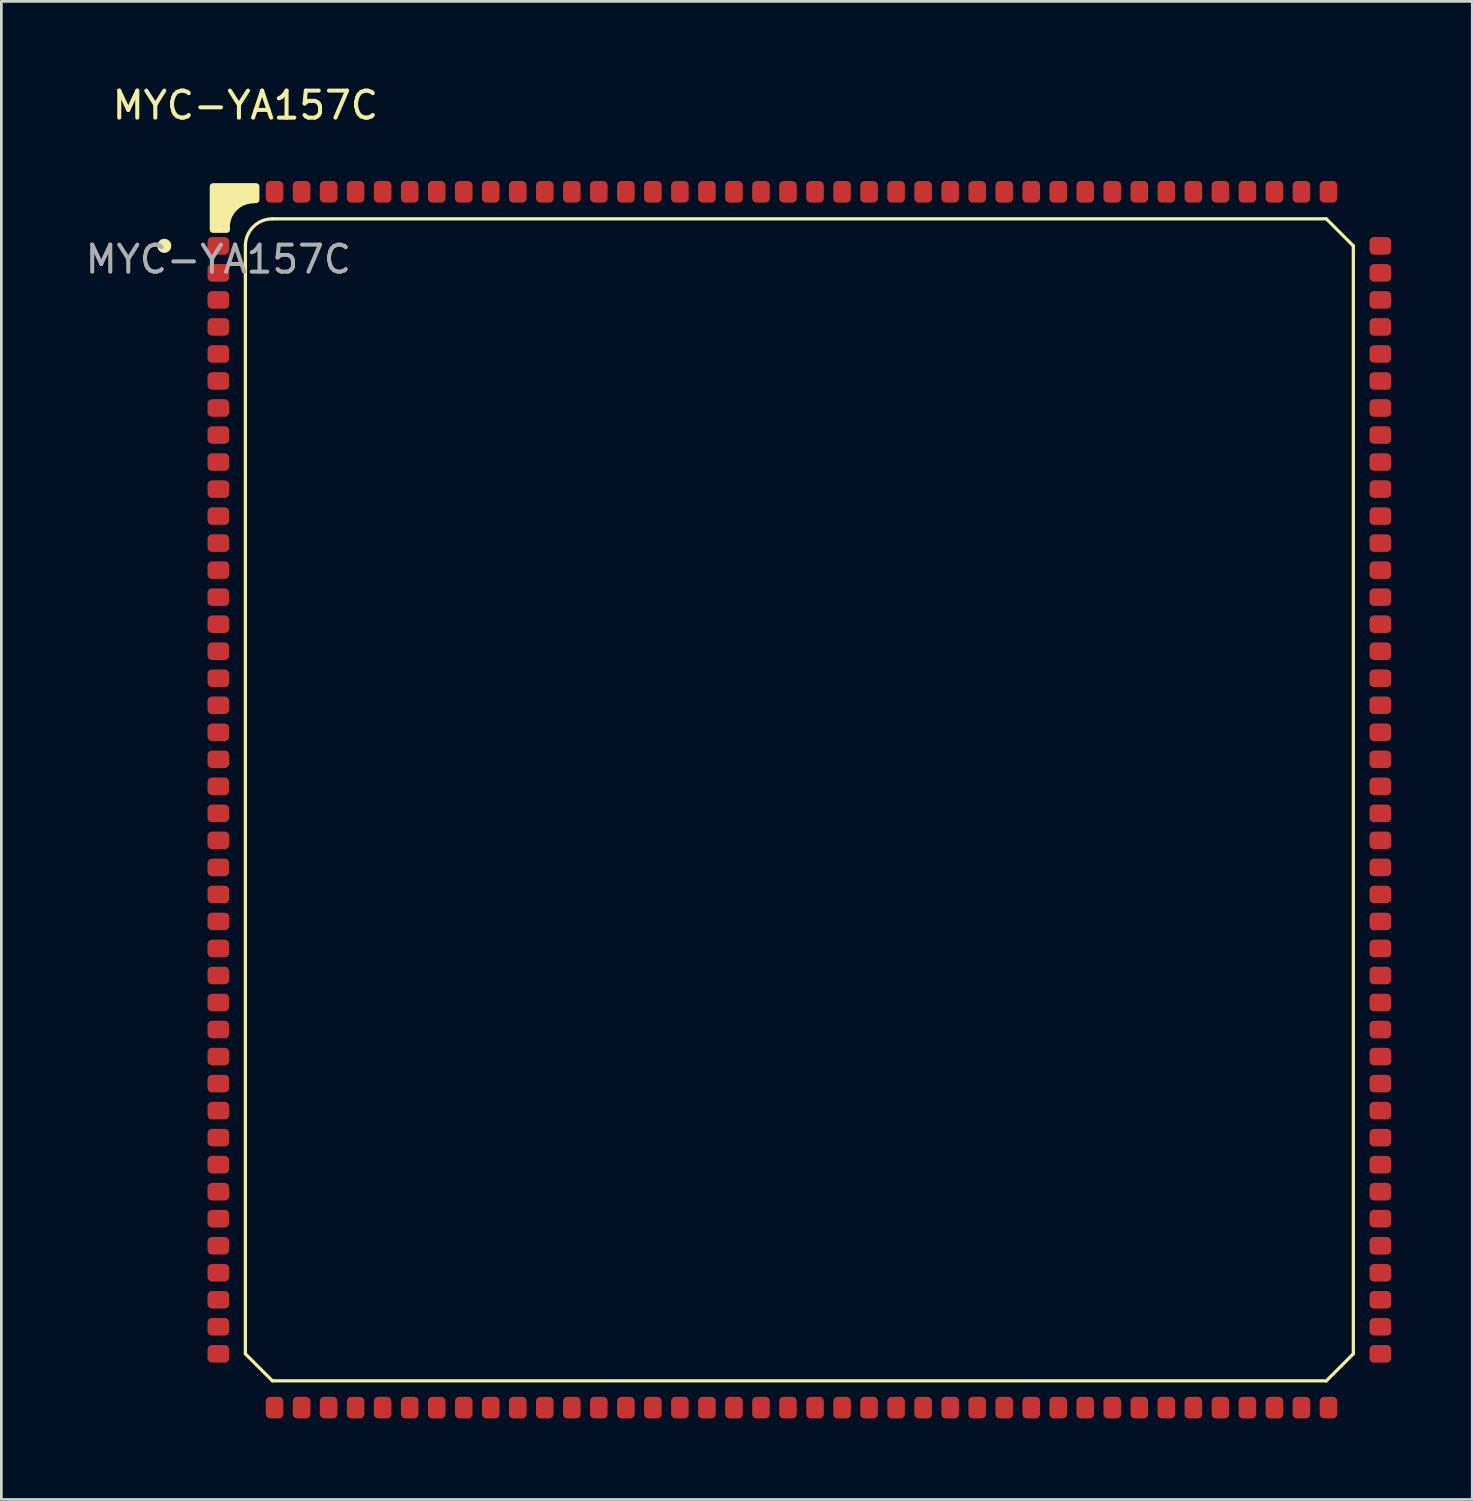
<source format=kicad_pcb>
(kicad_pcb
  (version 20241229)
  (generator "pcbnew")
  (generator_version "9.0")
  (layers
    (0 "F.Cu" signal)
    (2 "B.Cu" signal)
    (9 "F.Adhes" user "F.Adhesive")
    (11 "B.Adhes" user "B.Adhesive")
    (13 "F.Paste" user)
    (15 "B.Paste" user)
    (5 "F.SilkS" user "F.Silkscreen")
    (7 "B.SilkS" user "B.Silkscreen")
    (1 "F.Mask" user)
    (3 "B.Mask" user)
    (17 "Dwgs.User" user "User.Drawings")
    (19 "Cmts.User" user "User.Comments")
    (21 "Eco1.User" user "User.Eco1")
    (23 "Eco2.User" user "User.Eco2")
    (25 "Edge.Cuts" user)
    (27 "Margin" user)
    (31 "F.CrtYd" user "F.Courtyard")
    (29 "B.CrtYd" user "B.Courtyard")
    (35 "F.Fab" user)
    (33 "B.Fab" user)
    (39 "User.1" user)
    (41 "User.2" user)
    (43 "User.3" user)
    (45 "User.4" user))
  (footprint "MYC-YA157C"
    (layer "F.Cu")
    (at 5.03 4.048)
    (property "Reference" "MYC-YA157C" (at 1 -3.2 0) (unlocked yes) (layer "F.SilkS") (effects (font (size 1 1) (thickness 0.15))))
    (attr smd)
    (fp_line (start -0.1 0) (end 1.3 0) (stroke (width 0.4) (type solid)) (layer "F.SilkS"))
    (fp_line (start -0.1 0.3) (end 0.8 0.3) (stroke (width 0.4) (type solid)) (layer "F.SilkS"))
    (fp_line (start -0.1 0.5) (end 0.4 0.5) (stroke (width 0.4) (type solid)) (layer "F.SilkS"))
    (fp_line (start -0.1 0.8) (end 0.3 0.8) (stroke (width 0.4) (type solid)) (layer "F.SilkS"))
    (fp_line (start -0.1 1.1) (end 0.1 1.1) (stroke (width 0.4) (type solid)) (layer "F.SilkS"))
    (fp_line (start 1 0.2) (end 1.1 0.2) (stroke (width 0.4) (type solid)) (layer "F.SilkS"))
    (fp_line (start 1 2) (end 1 43) (stroke (width 0.12) (type default)) (layer "F.SilkS"))
    (fp_line (start 1 43) (end 2 44) (stroke (width 0.12) (type default)) (layer "F.SilkS"))
    (fp_line (start 2 44) (end 41 44) (stroke (width 0.12) (type default)) (layer "F.SilkS"))
    (fp_line (start 41 1) (end 2 1) (stroke (width 0.12) (type default)) (layer "F.SilkS"))
    (fp_line (start 41 44) (end 42 43) (stroke (width 0.12) (type default)) (layer "F.SilkS"))
    (fp_line (start 42 2) (end 41 1) (stroke (width 0.12) (type default)) (layer "F.SilkS"))
    (fp_line (start 42 43) (end 42 2) (stroke (width 0.12) (type default)) (layer "F.SilkS"))
    (fp_arc (start 1 2) (mid 1.292893 1.292893) (end 2 1) (stroke (width 0.12) (type default)) (layer "F.SilkS"))
    (fp_circle (center -2 2) (end -1.8 2) (stroke (width 0.12) (type solid)) (fill yes) (layer "F.SilkS"))
    (fp_poly (pts (xy 1.442 -0.242) (xy 1.46 -0.2) (xy 1.46 0.3) (xy 1.442 0.342) (xy 1.4 0.36) (xy 1.329 0.36) (xy 1.307 0.367) (xy 1.225 0.367) (xy 1.063 0.396) (xy 0.908 0.452) (xy 0.766 0.534) (xy 0.64 0.64) (xy 0.534 0.766) (xy 0.452 0.908) (xy 0.396 1.063) (xy 0.367 1.225) (xy 0.367 1.3) (xy 0.37 1.307) (xy 0.37 1.4) (xy 0.352 1.442) (xy 0.31 1.46) (xy -0.2 1.46) (xy -0.242 1.442) (xy -0.26 1.4) (xy -0.26 -0.14) (xy -0.14 -0.14) (xy -0.14 1.34) (xy 0.25 1.34) (xy 0.25 1.316) (xy 0.247 1.307) (xy 0.263 1.123) (xy 0.311 0.945) (xy 0.389 0.777) (xy 0.495 0.626) (xy 0.626 0.495) (xy 0.777 0.389) (xy 0.945 0.311) (xy 1.123 0.263) (xy 1.285 0.249) (xy 1.307 0.24) (xy 1.34 0.24) (xy 1.34 -0.14) (xy -0.14 -0.14) (xy -0.26 -0.14) (xy -0.26 -0.2) (xy -0.242 -0.242) (xy -0.2 -0.26) (xy 1.4 -0.26)) (stroke (width 0.12) (type solid)) (fill yes) (layer "F.SilkS"))
    (fp_text user "${REFERENCE}" (at 0 2.5 0) (unlocked yes) (layer "F.Fab") (effects (font (size 1 1) (thickness 0.15))))
    (pad "1" smd roundrect (at 0 2) (size 0.8 0.65) (layers "F.Cu" "F.Mask" "F.Paste") (roundrect_rratio 0.25))
    (pad "2" smd roundrect (at 0 3) (size 0.8 0.65) (layers "F.Cu" "F.Mask" "F.Paste") (roundrect_rratio 0.25))
    (pad "3" smd roundrect (at 0 4) (size 0.8 0.65) (layers "F.Cu" "F.Mask" "F.Paste") (roundrect_rratio 0.25))
    (pad "4" smd roundrect (at 0 5) (size 0.8 0.65) (layers "F.Cu" "F.Mask" "F.Paste") (roundrect_rratio 0.25))
    (pad "5" smd roundrect (at 0 6) (size 0.8 0.65) (layers "F.Cu" "F.Mask" "F.Paste") (roundrect_rratio 0.25))
    (pad "6" smd roundrect (at 0 7) (size 0.8 0.65) (layers "F.Cu" "F.Mask" "F.Paste") (roundrect_rratio 0.25))
    (pad "7" smd roundrect (at 0 8) (size 0.8 0.65) (layers "F.Cu" "F.Mask" "F.Paste") (roundrect_rratio 0.25))
    (pad "8" smd roundrect (at 0 9) (size 0.8 0.65) (layers "F.Cu" "F.Mask" "F.Paste") (roundrect_rratio 0.25))
    (pad "9" smd roundrect (at 0 10) (size 0.8 0.65) (layers "F.Cu" "F.Mask" "F.Paste") (roundrect_rratio 0.25))
    (pad "10" smd roundrect (at 0 11) (size 0.8 0.65) (layers "F.Cu" "F.Mask" "F.Paste") (roundrect_rratio 0.25))
    (pad "11" smd roundrect (at 0 12) (size 0.8 0.65) (layers "F.Cu" "F.Mask" "F.Paste") (roundrect_rratio 0.25))
    (pad "12" smd roundrect (at 0 13) (size 0.8 0.65) (layers "F.Cu" "F.Mask" "F.Paste") (roundrect_rratio 0.25))
    (pad "13" smd roundrect (at 0 14) (size 0.8 0.65) (layers "F.Cu" "F.Mask" "F.Paste") (roundrect_rratio 0.25))
    (pad "14" smd roundrect (at 0 15) (size 0.8 0.65) (layers "F.Cu" "F.Mask" "F.Paste") (roundrect_rratio 0.25))
    (pad "15" smd roundrect (at 0 16) (size 0.8 0.65) (layers "F.Cu" "F.Mask" "F.Paste") (roundrect_rratio 0.25))
    (pad "16" smd roundrect (at 0 17) (size 0.8 0.65) (layers "F.Cu" "F.Mask" "F.Paste") (roundrect_rratio 0.25))
    (pad "17" smd roundrect (at 0 18) (size 0.8 0.65) (layers "F.Cu" "F.Mask" "F.Paste") (roundrect_rratio 0.25))
    (pad "18" smd roundrect (at 0 19) (size 0.8 0.65) (layers "F.Cu" "F.Mask" "F.Paste") (roundrect_rratio 0.25))
    (pad "19" smd roundrect (at 0 20) (size 0.8 0.65) (layers "F.Cu" "F.Mask" "F.Paste") (roundrect_rratio 0.25))
    (pad "20" smd roundrect (at 0 21) (size 0.8 0.65) (layers "F.Cu" "F.Mask" "F.Paste") (roundrect_rratio 0.25))
    (pad "21" smd roundrect (at 0 22) (size 0.8 0.65) (layers "F.Cu" "F.Mask" "F.Paste") (roundrect_rratio 0.25))
    (pad "22" smd roundrect (at 0 23) (size 0.8 0.65) (layers "F.Cu" "F.Mask" "F.Paste") (roundrect_rratio 0.25))
    (pad "23" smd roundrect (at 0 24) (size 0.8 0.65) (layers "F.Cu" "F.Mask" "F.Paste") (roundrect_rratio 0.25))
    (pad "24" smd roundrect (at 0 25) (size 0.8 0.65) (layers "F.Cu" "F.Mask" "F.Paste") (roundrect_rratio 0.25))
    (pad "25" smd roundrect (at 0 26) (size 0.8 0.65) (layers "F.Cu" "F.Mask" "F.Paste") (roundrect_rratio 0.25))
    (pad "26" smd roundrect (at 0 27) (size 0.8 0.65) (layers "F.Cu" "F.Mask" "F.Paste") (roundrect_rratio 0.25))
    (pad "27" smd roundrect (at 0 28) (size 0.8 0.65) (layers "F.Cu" "F.Mask" "F.Paste") (roundrect_rratio 0.25))
    (pad "28" smd roundrect (at 0 29) (size 0.8 0.65) (layers "F.Cu" "F.Mask" "F.Paste") (roundrect_rratio 0.25))
    (pad "29" smd roundrect (at 0 30) (size 0.8 0.65) (layers "F.Cu" "F.Mask" "F.Paste") (roundrect_rratio 0.25))
    (pad "30" smd roundrect (at 0 31) (size 0.8 0.65) (layers "F.Cu" "F.Mask" "F.Paste") (roundrect_rratio 0.25))
    (pad "31" smd roundrect (at 0 32) (size 0.8 0.65) (layers "F.Cu" "F.Mask" "F.Paste") (roundrect_rratio 0.25))
    (pad "32" smd roundrect (at 0 33) (size 0.8 0.65) (layers "F.Cu" "F.Mask" "F.Paste") (roundrect_rratio 0.25))
    (pad "33" smd roundrect (at 0 34) (size 0.8 0.65) (layers "F.Cu" "F.Mask" "F.Paste") (roundrect_rratio 0.25))
    (pad "34" smd roundrect (at 0 35) (size 0.8 0.65) (layers "F.Cu" "F.Mask" "F.Paste") (roundrect_rratio 0.25))
    (pad "35" smd roundrect (at 0 36) (size 0.8 0.65) (layers "F.Cu" "F.Mask" "F.Paste") (roundrect_rratio 0.25))
    (pad "36" smd roundrect (at 0 37) (size 0.8 0.65) (layers "F.Cu" "F.Mask" "F.Paste") (roundrect_rratio 0.25))
    (pad "37" smd roundrect (at 0 38) (size 0.8 0.65) (layers "F.Cu" "F.Mask" "F.Paste") (roundrect_rratio 0.25))
    (pad "38" smd roundrect (at 0 39) (size 0.8 0.65) (layers "F.Cu" "F.Mask" "F.Paste") (roundrect_rratio 0.25))
    (pad "39" smd roundrect (at 0 40) (size 0.8 0.65) (layers "F.Cu" "F.Mask" "F.Paste") (roundrect_rratio 0.25))
    (pad "40" smd roundrect (at 0 41) (size 0.8 0.65) (layers "F.Cu" "F.Mask" "F.Paste") (roundrect_rratio 0.25))
    (pad "41" smd roundrect (at 0 42) (size 0.8 0.65) (layers "F.Cu" "F.Mask" "F.Paste") (roundrect_rratio 0.25))
    (pad "42" smd roundrect (at 0 43) (size 0.8 0.65) (layers "F.Cu" "F.Mask" "F.Paste") (roundrect_rratio 0.25))
    (pad "43" smd roundrect (at 2.08 44.99 90) (size 0.8 0.65) (layers "F.Cu" "F.Mask" "F.Paste") (roundrect_rratio 0.25))
    (pad "44" smd roundrect (at 3.08 44.99 90) (size 0.8 0.65) (layers "F.Cu" "F.Mask" "F.Paste") (roundrect_rratio 0.25))
    (pad "45" smd roundrect (at 4.08 44.99 90) (size 0.8 0.65) (layers "F.Cu" "F.Mask" "F.Paste") (roundrect_rratio 0.25))
    (pad "46" smd roundrect (at 5.08 44.99 90) (size 0.8 0.65) (layers "F.Cu" "F.Mask" "F.Paste") (roundrect_rratio 0.25))
    (pad "47" smd roundrect (at 6.08 44.99 90) (size 0.8 0.65) (layers "F.Cu" "F.Mask" "F.Paste") (roundrect_rratio 0.25))
    (pad "48" smd roundrect (at 7.08 44.99 90) (size 0.8 0.65) (layers "F.Cu" "F.Mask" "F.Paste") (roundrect_rratio 0.25))
    (pad "49" smd roundrect (at 8.08 44.99 90) (size 0.8 0.65) (layers "F.Cu" "F.Mask" "F.Paste") (roundrect_rratio 0.25))
    (pad "50" smd roundrect (at 9.08 44.99 90) (size 0.8 0.65) (layers "F.Cu" "F.Mask" "F.Paste") (roundrect_rratio 0.25))
    (pad "51" smd roundrect (at 10.08 44.99 90) (size 0.8 0.65) (layers "F.Cu" "F.Mask" "F.Paste") (roundrect_rratio 0.25))
    (pad "52" smd roundrect (at 11.08 44.99 90) (size 0.8 0.65) (layers "F.Cu" "F.Mask" "F.Paste") (roundrect_rratio 0.25))
    (pad "53" smd roundrect (at 12.08 44.99 90) (size 0.8 0.65) (layers "F.Cu" "F.Mask" "F.Paste") (roundrect_rratio 0.25))
    (pad "54" smd roundrect (at 13.08 44.99 90) (size 0.8 0.65) (layers "F.Cu" "F.Mask" "F.Paste") (roundrect_rratio 0.25))
    (pad "55" smd roundrect (at 14.08 44.99 90) (size 0.8 0.65) (layers "F.Cu" "F.Mask" "F.Paste") (roundrect_rratio 0.25))
    (pad "56" smd roundrect (at 15.08 44.99 90) (size 0.8 0.65) (layers "F.Cu" "F.Mask" "F.Paste") (roundrect_rratio 0.25))
    (pad "57" smd roundrect (at 16.08 44.99 90) (size 0.8 0.65) (layers "F.Cu" "F.Mask" "F.Paste") (roundrect_rratio 0.25))
    (pad "58" smd roundrect (at 17.08 44.99 90) (size 0.8 0.65) (layers "F.Cu" "F.Mask" "F.Paste") (roundrect_rratio 0.25))
    (pad "59" smd roundrect (at 18.08 44.99 90) (size 0.8 0.65) (layers "F.Cu" "F.Mask" "F.Paste") (roundrect_rratio 0.25))
    (pad "60" smd roundrect (at 19.08 44.99 90) (size 0.8 0.65) (layers "F.Cu" "F.Mask" "F.Paste") (roundrect_rratio 0.25))
    (pad "61" smd roundrect (at 20.08 44.99 90) (size 0.8 0.65) (layers "F.Cu" "F.Mask" "F.Paste") (roundrect_rratio 0.25))
    (pad "62" smd roundrect (at 21.08 44.99 90) (size 0.8 0.65) (layers "F.Cu" "F.Mask" "F.Paste") (roundrect_rratio 0.25))
    (pad "63" smd roundrect (at 22.08 44.99 90) (size 0.8 0.65) (layers "F.Cu" "F.Mask" "F.Paste") (roundrect_rratio 0.25))
    (pad "64" smd roundrect (at 23.08 44.99 90) (size 0.8 0.65) (layers "F.Cu" "F.Mask" "F.Paste") (roundrect_rratio 0.25))
    (pad "65" smd roundrect (at 24.08 44.99 90) (size 0.8 0.65) (layers "F.Cu" "F.Mask" "F.Paste") (roundrect_rratio 0.25))
    (pad "66" smd roundrect (at 25.08 44.99 90) (size 0.8 0.65) (layers "F.Cu" "F.Mask" "F.Paste") (roundrect_rratio 0.25))
    (pad "67" smd roundrect (at 26.08 44.99 90) (size 0.8 0.65) (layers "F.Cu" "F.Mask" "F.Paste") (roundrect_rratio 0.25))
    (pad "68" smd roundrect (at 27.08 44.99 90) (size 0.8 0.65) (layers "F.Cu" "F.Mask" "F.Paste") (roundrect_rratio 0.25))
    (pad "69" smd roundrect (at 28.08 44.99 90) (size 0.8 0.65) (layers "F.Cu" "F.Mask" "F.Paste") (roundrect_rratio 0.25))
    (pad "70" smd roundrect (at 29.08 44.99 90) (size 0.8 0.65) (layers "F.Cu" "F.Mask" "F.Paste") (roundrect_rratio 0.25))
    (pad "71" smd roundrect (at 30.08 44.99 90) (size 0.8 0.65) (layers "F.Cu" "F.Mask" "F.Paste") (roundrect_rratio 0.25))
    (pad "72" smd roundrect (at 31.08 44.99 90) (size 0.8 0.65) (layers "F.Cu" "F.Mask" "F.Paste") (roundrect_rratio 0.25))
    (pad "73" smd roundrect (at 32.08 44.99 90) (size 0.8 0.65) (layers "F.Cu" "F.Mask" "F.Paste") (roundrect_rratio 0.25))
    (pad "74" smd roundrect (at 33.08 44.99 90) (size 0.8 0.65) (layers "F.Cu" "F.Mask" "F.Paste") (roundrect_rratio 0.25))
    (pad "75" smd roundrect (at 34.08 44.99 90) (size 0.8 0.65) (layers "F.Cu" "F.Mask" "F.Paste") (roundrect_rratio 0.25))
    (pad "76" smd roundrect (at 35.08 44.99 90) (size 0.8 0.65) (layers "F.Cu" "F.Mask" "F.Paste") (roundrect_rratio 0.25))
    (pad "77" smd roundrect (at 36.08 44.99 90) (size 0.8 0.65) (layers "F.Cu" "F.Mask" "F.Paste") (roundrect_rratio 0.25))
    (pad "78" smd roundrect (at 37.08 44.99 90) (size 0.8 0.65) (layers "F.Cu" "F.Mask" "F.Paste") (roundrect_rratio 0.25))
    (pad "79" smd roundrect (at 38.08 44.99 90) (size 0.8 0.65) (layers "F.Cu" "F.Mask" "F.Paste") (roundrect_rratio 0.25))
    (pad "80" smd roundrect (at 39.08 44.99 90) (size 0.8 0.65) (layers "F.Cu" "F.Mask" "F.Paste") (roundrect_rratio 0.25))
    (pad "81" smd roundrect (at 40.08 44.99 90) (size 0.8 0.65) (layers "F.Cu" "F.Mask" "F.Paste") (roundrect_rratio 0.25))
    (pad "82" smd roundrect (at 41.08 44.99 90) (size 0.8 0.65) (layers "F.Cu" "F.Mask" "F.Paste") (roundrect_rratio 0.25))
    (pad "83" smd roundrect (at 43 43) (size 0.8 0.65) (layers "F.Cu" "F.Mask" "F.Paste") (roundrect_rratio 0.25))
    (pad "84" smd roundrect (at 43 42) (size 0.8 0.65) (layers "F.Cu" "F.Mask" "F.Paste") (roundrect_rratio 0.25))
    (pad "85" smd roundrect (at 43 41) (size 0.8 0.65) (layers "F.Cu" "F.Mask" "F.Paste") (roundrect_rratio 0.25))
    (pad "86" smd roundrect (at 43 40) (size 0.8 0.65) (layers "F.Cu" "F.Mask" "F.Paste") (roundrect_rratio 0.25))
    (pad "87" smd roundrect (at 43 39) (size 0.8 0.65) (layers "F.Cu" "F.Mask" "F.Paste") (roundrect_rratio 0.25))
    (pad "88" smd roundrect (at 43 38) (size 0.8 0.65) (layers "F.Cu" "F.Mask" "F.Paste") (roundrect_rratio 0.25))
    (pad "89" smd roundrect (at 43 37) (size 0.8 0.65) (layers "F.Cu" "F.Mask" "F.Paste") (roundrect_rratio 0.25))
    (pad "90" smd roundrect (at 43 36) (size 0.8 0.65) (layers "F.Cu" "F.Mask" "F.Paste") (roundrect_rratio 0.25))
    (pad "91" smd roundrect (at 43 35) (size 0.8 0.65) (layers "F.Cu" "F.Mask" "F.Paste") (roundrect_rratio 0.25))
    (pad "92" smd roundrect (at 43 34) (size 0.8 0.65) (layers "F.Cu" "F.Mask" "F.Paste") (roundrect_rratio 0.25))
    (pad "93" smd roundrect (at 43 33) (size 0.8 0.65) (layers "F.Cu" "F.Mask" "F.Paste") (roundrect_rratio 0.25))
    (pad "94" smd roundrect (at 43 32) (size 0.8 0.65) (layers "F.Cu" "F.Mask" "F.Paste") (roundrect_rratio 0.25))
    (pad "95" smd roundrect (at 43 31) (size 0.8 0.65) (layers "F.Cu" "F.Mask" "F.Paste") (roundrect_rratio 0.25))
    (pad "96" smd roundrect (at 43 30) (size 0.8 0.65) (layers "F.Cu" "F.Mask" "F.Paste") (roundrect_rratio 0.25))
    (pad "97" smd roundrect (at 43 29) (size 0.8 0.65) (layers "F.Cu" "F.Mask" "F.Paste") (roundrect_rratio 0.25))
    (pad "98" smd roundrect (at 43 28) (size 0.8 0.65) (layers "F.Cu" "F.Mask" "F.Paste") (roundrect_rratio 0.25))
    (pad "99" smd roundrect (at 43 27) (size 0.8 0.65) (layers "F.Cu" "F.Mask" "F.Paste") (roundrect_rratio 0.25))
    (pad "100" smd roundrect (at 43 26) (size 0.8 0.65) (layers "F.Cu" "F.Mask" "F.Paste") (roundrect_rratio 0.25))
    (pad "101" smd roundrect (at 43 25) (size 0.8 0.65) (layers "F.Cu" "F.Mask" "F.Paste") (roundrect_rratio 0.25))
    (pad "102" smd roundrect (at 43 24) (size 0.8 0.65) (layers "F.Cu" "F.Mask" "F.Paste") (roundrect_rratio 0.25))
    (pad "103" smd roundrect (at 43 23) (size 0.8 0.65) (layers "F.Cu" "F.Mask" "F.Paste") (roundrect_rratio 0.25))
    (pad "104" smd roundrect (at 43 22) (size 0.8 0.65) (layers "F.Cu" "F.Mask" "F.Paste") (roundrect_rratio 0.25))
    (pad "105" smd roundrect (at 43 21) (size 0.8 0.65) (layers "F.Cu" "F.Mask" "F.Paste") (roundrect_rratio 0.25))
    (pad "106" smd roundrect (at 43 20) (size 0.8 0.65) (layers "F.Cu" "F.Mask" "F.Paste") (roundrect_rratio 0.25))
    (pad "107" smd roundrect (at 43 19) (size 0.8 0.65) (layers "F.Cu" "F.Mask" "F.Paste") (roundrect_rratio 0.25))
    (pad "108" smd roundrect (at 43 18) (size 0.8 0.65) (layers "F.Cu" "F.Mask" "F.Paste") (roundrect_rratio 0.25))
    (pad "109" smd roundrect (at 43 17) (size 0.8 0.65) (layers "F.Cu" "F.Mask" "F.Paste") (roundrect_rratio 0.25))
    (pad "110" smd roundrect (at 43 16) (size 0.8 0.65) (layers "F.Cu" "F.Mask" "F.Paste") (roundrect_rratio 0.25))
    (pad "111" smd roundrect (at 43 15) (size 0.8 0.65) (layers "F.Cu" "F.Mask" "F.Paste") (roundrect_rratio 0.25))
    (pad "112" smd roundrect (at 43 14) (size 0.8 0.65) (layers "F.Cu" "F.Mask" "F.Paste") (roundrect_rratio 0.25))
    (pad "113" smd roundrect (at 43 13) (size 0.8 0.65) (layers "F.Cu" "F.Mask" "F.Paste") (roundrect_rratio 0.25))
    (pad "114" smd roundrect (at 43 12) (size 0.8 0.65) (layers "F.Cu" "F.Mask" "F.Paste") (roundrect_rratio 0.25))
    (pad "115" smd roundrect (at 43 11) (size 0.8 0.65) (layers "F.Cu" "F.Mask" "F.Paste") (roundrect_rratio 0.25))
    (pad "116" smd roundrect (at 43 10) (size 0.8 0.65) (layers "F.Cu" "F.Mask" "F.Paste") (roundrect_rratio 0.25))
    (pad "117" smd roundrect (at 43 9) (size 0.8 0.65) (layers "F.Cu" "F.Mask" "F.Paste") (roundrect_rratio 0.25))
    (pad "118" smd roundrect (at 43 8) (size 0.8 0.65) (layers "F.Cu" "F.Mask" "F.Paste") (roundrect_rratio 0.25))
    (pad "119" smd roundrect (at 43 7) (size 0.8 0.65) (layers "F.Cu" "F.Mask" "F.Paste") (roundrect_rratio 0.25))
    (pad "120" smd roundrect (at 43 6) (size 0.8 0.65) (layers "F.Cu" "F.Mask" "F.Paste") (roundrect_rratio 0.25))
    (pad "121" smd roundrect (at 43 5) (size 0.8 0.65) (layers "F.Cu" "F.Mask" "F.Paste") (roundrect_rratio 0.25))
    (pad "122" smd roundrect (at 43 4) (size 0.8 0.65) (layers "F.Cu" "F.Mask" "F.Paste") (roundrect_rratio 0.25))
    (pad "123" smd roundrect (at 43 3) (size 0.8 0.65) (layers "F.Cu" "F.Mask" "F.Paste") (roundrect_rratio 0.25))
    (pad "124" smd roundrect (at 43 2) (size 0.8 0.65) (layers "F.Cu" "F.Mask" "F.Paste") (roundrect_rratio 0.25))
    (pad "125" smd roundrect (at 41.08 0 90) (size 0.8 0.65) (layers "F.Cu" "F.Mask" "F.Paste") (roundrect_rratio 0.25))
    (pad "126" smd roundrect (at 40.08 0 90) (size 0.8 0.65) (layers "F.Cu" "F.Mask" "F.Paste") (roundrect_rratio 0.25))
    (pad "127" smd roundrect (at 39.08 0 90) (size 0.8 0.65) (layers "F.Cu" "F.Mask" "F.Paste") (roundrect_rratio 0.25))
    (pad "128" smd roundrect (at 38.08 0 90) (size 0.8 0.65) (layers "F.Cu" "F.Mask" "F.Paste") (roundrect_rratio 0.25))
    (pad "129" smd roundrect (at 37.08 0 90) (size 0.8 0.65) (layers "F.Cu" "F.Mask" "F.Paste") (roundrect_rratio 0.25))
    (pad "130" smd roundrect (at 36.08 0 90) (size 0.8 0.65) (layers "F.Cu" "F.Mask" "F.Paste") (roundrect_rratio 0.25))
    (pad "131" smd roundrect (at 35.08 0 90) (size 0.8 0.65) (layers "F.Cu" "F.Mask" "F.Paste") (roundrect_rratio 0.25))
    (pad "132" smd roundrect (at 34.08 0 90) (size 0.8 0.65) (layers "F.Cu" "F.Mask" "F.Paste") (roundrect_rratio 0.25))
    (pad "133" smd roundrect (at 33.08 0 90) (size 0.8 0.65) (layers "F.Cu" "F.Mask" "F.Paste") (roundrect_rratio 0.25))
    (pad "134" smd roundrect (at 32.08 0 90) (size 0.8 0.65) (layers "F.Cu" "F.Mask" "F.Paste") (roundrect_rratio 0.25))
    (pad "135" smd roundrect (at 31.08 0 90) (size 0.8 0.65) (layers "F.Cu" "F.Mask" "F.Paste") (roundrect_rratio 0.25))
    (pad "136" smd roundrect (at 30.08 0 90) (size 0.8 0.65) (layers "F.Cu" "F.Mask" "F.Paste") (roundrect_rratio 0.25))
    (pad "137" smd roundrect (at 29.08 0 90) (size 0.8 0.65) (layers "F.Cu" "F.Mask" "F.Paste") (roundrect_rratio 0.25))
    (pad "138" smd roundrect (at 28.08 0 90) (size 0.8 0.65) (layers "F.Cu" "F.Mask" "F.Paste") (roundrect_rratio 0.25))
    (pad "139" smd roundrect (at 27.08 0 90) (size 0.8 0.65) (layers "F.Cu" "F.Mask" "F.Paste") (roundrect_rratio 0.25))
    (pad "140" smd roundrect (at 26.08 0 90) (size 0.8 0.65) (layers "F.Cu" "F.Mask" "F.Paste") (roundrect_rratio 0.25))
    (pad "141" smd roundrect (at 25.08 0 90) (size 0.8 0.65) (layers "F.Cu" "F.Mask" "F.Paste") (roundrect_rratio 0.25))
    (pad "142" smd roundrect (at 24.08 0 90) (size 0.8 0.65) (layers "F.Cu" "F.Mask" "F.Paste") (roundrect_rratio 0.25))
    (pad "143" smd roundrect (at 23.08 0 90) (size 0.8 0.65) (layers "F.Cu" "F.Mask" "F.Paste") (roundrect_rratio 0.25))
    (pad "144" smd roundrect (at 22.08 0 90) (size 0.8 0.65) (layers "F.Cu" "F.Mask" "F.Paste") (roundrect_rratio 0.25))
    (pad "145" smd roundrect (at 21.08 0 90) (size 0.8 0.65) (layers "F.Cu" "F.Mask" "F.Paste") (roundrect_rratio 0.25))
    (pad "146" smd roundrect (at 20.08 0 90) (size 0.8 0.65) (layers "F.Cu" "F.Mask" "F.Paste") (roundrect_rratio 0.25))
    (pad "147" smd roundrect (at 19.08 0 90) (size 0.8 0.65) (layers "F.Cu" "F.Mask" "F.Paste") (roundrect_rratio 0.25))
    (pad "148" smd roundrect (at 18.08 0 90) (size 0.8 0.65) (layers "F.Cu" "F.Mask" "F.Paste") (roundrect_rratio 0.25))
    (pad "149" smd roundrect (at 17.08 0 90) (size 0.8 0.65) (layers "F.Cu" "F.Mask" "F.Paste") (roundrect_rratio 0.25))
    (pad "150" smd roundrect (at 16.08 0 90) (size 0.8 0.65) (layers "F.Cu" "F.Mask" "F.Paste") (roundrect_rratio 0.25))
    (pad "151" smd roundrect (at 15.08 0 90) (size 0.8 0.65) (layers "F.Cu" "F.Mask" "F.Paste") (roundrect_rratio 0.25))
    (pad "152" smd roundrect (at 14.08 0 90) (size 0.8 0.65) (layers "F.Cu" "F.Mask" "F.Paste") (roundrect_rratio 0.25))
    (pad "153" smd roundrect (at 13.08 0 90) (size 0.8 0.65) (layers "F.Cu" "F.Mask" "F.Paste") (roundrect_rratio 0.25))
    (pad "154" smd roundrect (at 12.08 0 90) (size 0.8 0.65) (layers "F.Cu" "F.Mask" "F.Paste") (roundrect_rratio 0.25))
    (pad "155" smd roundrect (at 11.08 0 90) (size 0.8 0.65) (layers "F.Cu" "F.Mask" "F.Paste") (roundrect_rratio 0.25))
    (pad "156" smd roundrect (at 10.08 0 90) (size 0.8 0.65) (layers "F.Cu" "F.Mask" "F.Paste") (roundrect_rratio 0.25))
    (pad "157" smd roundrect (at 9.08 0 90) (size 0.8 0.65) (layers "F.Cu" "F.Mask" "F.Paste") (roundrect_rratio 0.25))
    (pad "158" smd roundrect (at 8.08 0 90) (size 0.8 0.65) (layers "F.Cu" "F.Mask" "F.Paste") (roundrect_rratio 0.25))
    (pad "159" smd roundrect (at 7.08 0 90) (size 0.8 0.65) (layers "F.Cu" "F.Mask" "F.Paste") (roundrect_rratio 0.25))
    (pad "160" smd roundrect (at 6.08 0 90) (size 0.8 0.65) (layers "F.Cu" "F.Mask" "F.Paste") (roundrect_rratio 0.25))
    (pad "161" smd roundrect (at 5.08 0 90) (size 0.8 0.65) (layers "F.Cu" "F.Mask" "F.Paste") (roundrect_rratio 0.25))
    (pad "162" smd roundrect (at 4.08 0 90) (size 0.8 0.65) (layers "F.Cu" "F.Mask" "F.Paste") (roundrect_rratio 0.25))
    (pad "163" smd roundrect (at 3.08 0 90) (size 0.8 0.65) (layers "F.Cu" "F.Mask" "F.Paste") (roundrect_rratio 0.25))
    (pad "164" smd roundrect (at 2.08 0 90) (size 0.8 0.65) (layers "F.Cu" "F.Mask" "F.Paste") (roundrect_rratio 0.25)))
  (gr_rect
    (start -3 -3)
    (end 51.43 52.438)
    (stroke (width 0.1) (type default))
    (fill no)
    (layer "Edge.Cuts")))
</source>
